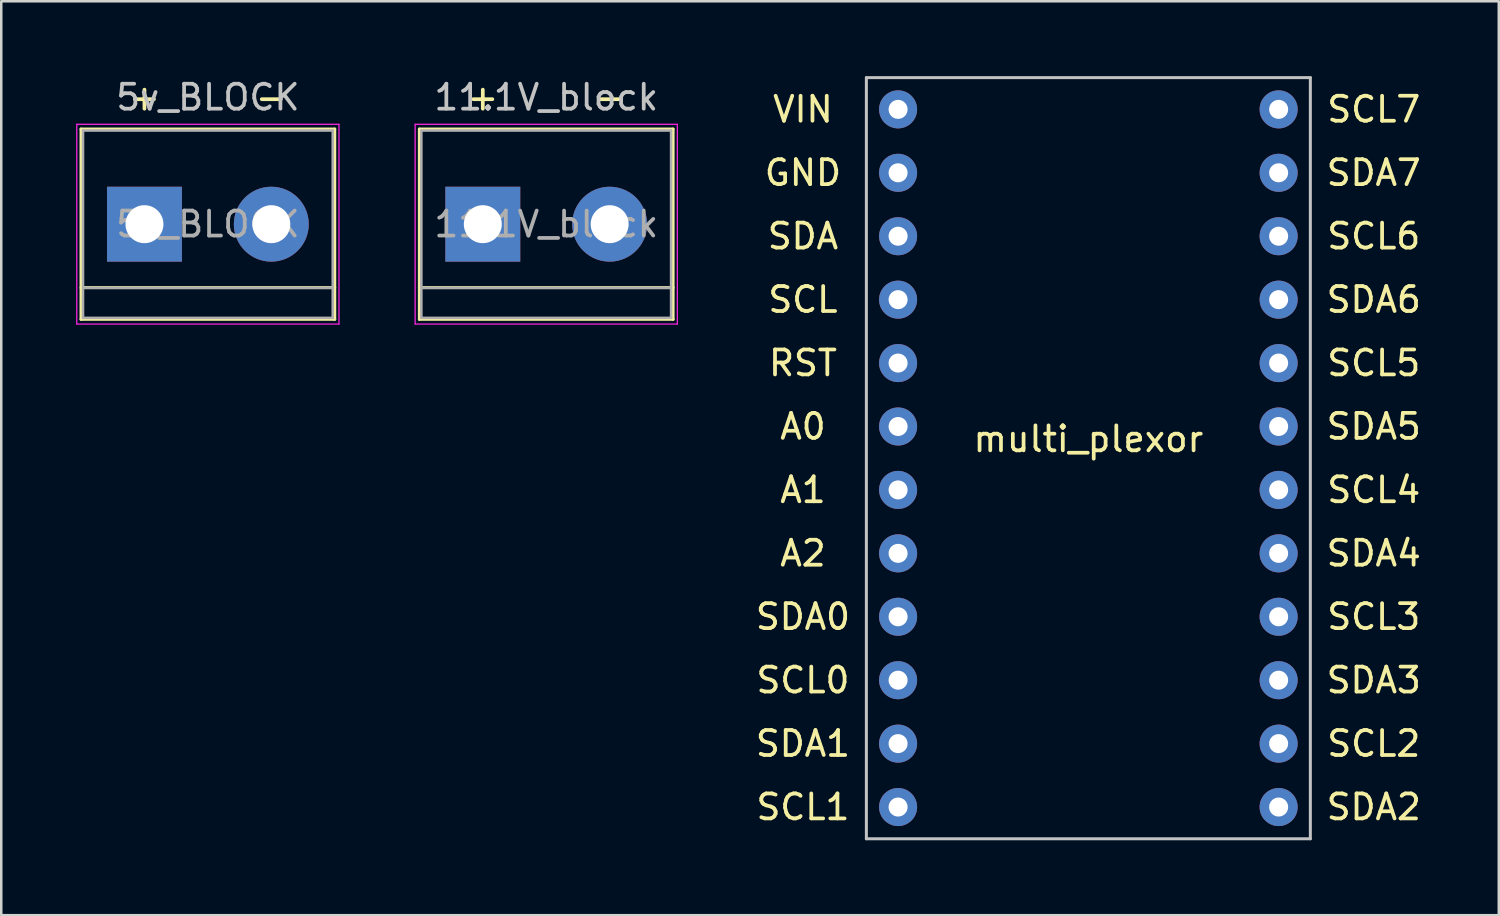
<source format=kicad_pcb>
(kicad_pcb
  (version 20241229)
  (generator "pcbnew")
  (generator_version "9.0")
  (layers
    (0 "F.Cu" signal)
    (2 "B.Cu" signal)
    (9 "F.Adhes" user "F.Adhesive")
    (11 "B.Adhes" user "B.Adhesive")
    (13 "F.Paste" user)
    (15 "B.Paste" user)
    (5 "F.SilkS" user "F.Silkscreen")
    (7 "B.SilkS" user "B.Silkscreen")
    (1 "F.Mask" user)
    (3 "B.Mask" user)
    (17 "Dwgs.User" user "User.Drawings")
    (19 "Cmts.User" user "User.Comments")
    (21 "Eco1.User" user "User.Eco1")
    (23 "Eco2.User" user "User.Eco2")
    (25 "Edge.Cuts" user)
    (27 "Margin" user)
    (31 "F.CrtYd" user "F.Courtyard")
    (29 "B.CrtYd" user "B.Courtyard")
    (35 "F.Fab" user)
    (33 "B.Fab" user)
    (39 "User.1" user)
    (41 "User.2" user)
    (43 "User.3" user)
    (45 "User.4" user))
  (footprint "multi_plexor"
    (layer "F.Cu")
    (at 40.536 14.03)
    (property "Reference" "multi_plexor" (at 0 0.5 0) (layer "F.SilkS") (effects (font (size 1 1) (thickness 0.15))))
    (attr through_hole)
    (fp_line (start -8.89 -13.97) (end 8.89 -13.97) (stroke (width 0.12) (type solid)) (layer "Dwgs.User"))
    (fp_line (start -8.89 16.51) (end -8.89 -13.97) (stroke (width 0.12) (type solid)) (layer "Dwgs.User"))
    (fp_line (start 8.89 -13.97) (end 8.89 16.51) (stroke (width 0.12) (type solid)) (layer "Dwgs.User"))
    (fp_line (start 8.89 16.51) (end -8.89 16.51) (stroke (width 0.12) (type solid)) (layer "Dwgs.User"))
    (fp_text user "SDA6" (at 11.43 -5.08 0) (layer "F.SilkS") (effects (font (size 1 1) (thickness 0.15))))
    (fp_text user "VIN" (at -11.43 -12.7 0) (layer "F.SilkS") (effects (font (size 1 1) (thickness 0.15))))
    (fp_text user "GND" (at -11.43 -10.16 0) (layer "F.SilkS") (effects (font (size 1 1) (thickness 0.15))))
    (fp_text user "SDA7" (at 11.43 -10.16 0) (layer "F.SilkS") (effects (font (size 1 1) (thickness 0.15))))
    (fp_text user "SCL0" (at -11.43 10.16 0) (layer "F.SilkS") (effects (font (size 1 1) (thickness 0.15))))
    (fp_text user "SDA2" (at 11.43 15.24 0) (layer "F.SilkS") (effects (font (size 1 1) (thickness 0.15))))
    (fp_text user "SCL1" (at -11.43 15.24 0) (layer "F.SilkS") (effects (font (size 1 1) (thickness 0.15))))
    (fp_text user "A2" (at -11.43 5.08 0) (layer "F.SilkS") (effects (font (size 1 1) (thickness 0.15))))
    (fp_text user "SCL6" (at 11.43 -7.62 0) (layer "F.SilkS") (effects (font (size 1 1) (thickness 0.15))))
    (fp_text user "SDA" (at -11.43 -7.62 0) (layer "F.SilkS") (effects (font (size 1 1) (thickness 0.15))))
    (fp_text user "SDA5" (at 11.43 0 0) (layer "F.SilkS") (effects (font (size 1 1) (thickness 0.15))))
    (fp_text user "SDA4" (at 11.43 5.08 0) (layer "F.SilkS") (effects (font (size 1 1) (thickness 0.15))))
    (fp_text user "SCL3" (at 11.43 7.62 0) (layer "F.SilkS") (effects (font (size 1 1) (thickness 0.15))))
    (fp_text user "SDA3" (at 11.43 10.16 0) (layer "F.SilkS") (effects (font (size 1 1) (thickness 0.15))))
    (fp_text user "A0" (at -11.43 0 0) (layer "F.SilkS") (effects (font (size 1 1) (thickness 0.15))))
    (fp_text user "SDA1" (at -11.43 12.7 0) (layer "F.SilkS") (effects (font (size 1 1) (thickness 0.15))))
    (fp_text user "SCL7" (at 11.43 -12.7 0) (layer "F.SilkS") (effects (font (size 1 1) (thickness 0.15))))
    (fp_text user "SCL4" (at 11.43 2.54 0) (layer "F.SilkS") (effects (font (size 1 1) (thickness 0.15))))
    (fp_text user "SCL" (at -11.43 -5.08 0) (layer "F.SilkS") (effects (font (size 1 1) (thickness 0.15))))
    (fp_text user "A1" (at -11.43 2.54 0) (layer "F.SilkS") (effects (font (size 1 1) (thickness 0.15))))
    (fp_text user "SDA0" (at -11.43 7.62 0) (layer "F.SilkS") (effects (font (size 1 1) (thickness 0.15))))
    (fp_text user "SCL2" (at 11.43 12.7 0) (layer "F.SilkS") (effects (font (size 1 1) (thickness 0.15))))
    (fp_text user "RST" (at -11.43 -2.54 0) (layer "F.SilkS") (effects (font (size 1 1) (thickness 0.15))))
    (fp_text user "SCL5" (at 11.43 -2.54 0) (layer "F.SilkS") (effects (font (size 1 1) (thickness 0.15))))
    (pad "1" thru_hole circle (at -7.62 0) (size 1.524 1.524) (drill 0.762) (layers "*.Cu" "*.Mask"))
    (pad "2" thru_hole circle (at -7.62 2.54) (size 1.524 1.524) (drill 0.762) (layers "*.Cu" "*.Mask"))
    (pad "3" thru_hole circle (at -7.62 -2.54) (size 1.524 1.524) (drill 0.762) (layers "*.Cu" "*.Mask"))
    (pad "4" thru_hole circle (at -7.62 7.62) (size 1.524 1.524) (drill 0.762) (layers "*.Cu" "*.Mask"))
    (pad "5" thru_hole circle (at -7.62 10.16) (size 1.524 1.524) (drill 0.762) (layers "*.Cu" "*.Mask"))
    (pad "6" thru_hole circle (at -7.62 12.7) (size 1.524 1.524) (drill 0.762) (layers "*.Cu" "*.Mask"))
    (pad "7" thru_hole circle (at -7.62 15.24) (size 1.524 1.524) (drill 0.762) (layers "*.Cu" "*.Mask"))
    (pad "8" thru_hole circle (at 7.62 15.24) (size 1.524 1.524) (drill 0.762) (layers "*.Cu" "*.Mask"))
    (pad "9" thru_hole circle (at 7.62 12.7) (size 1.524 1.524) (drill 0.762) (layers "*.Cu" "*.Mask"))
    (pad "10" thru_hole circle (at 7.62 10.16) (size 1.524 1.524) (drill 0.762) (layers "*.Cu" "*.Mask"))
    (pad "11" thru_hole circle (at 7.62 7.62) (size 1.524 1.524) (drill 0.762) (layers "*.Cu" "*.Mask"))
    (pad "12" thru_hole circle (at -7.62 -10.16) (size 1.524 1.524) (drill 0.762) (layers "*.Cu" "*.Mask"))
    (pad "13" thru_hole circle (at 7.62 5.08) (size 1.524 1.524) (drill 0.762) (layers "*.Cu" "*.Mask"))
    (pad "14" thru_hole circle (at 7.62 2.54) (size 1.524 1.524) (drill 0.762) (layers "*.Cu" "*.Mask"))
    (pad "15" thru_hole circle (at 7.62 0) (size 1.524 1.524) (drill 0.762) (layers "*.Cu" "*.Mask"))
    (pad "16" thru_hole circle (at 7.62 -2.54) (size 1.524 1.524) (drill 0.762) (layers "*.Cu" "*.Mask"))
    (pad "17" thru_hole circle (at 7.62 -5.08) (size 1.524 1.524) (drill 0.762) (layers "*.Cu" "*.Mask"))
    (pad "18" thru_hole circle (at 7.62 -7.62) (size 1.524 1.524) (drill 0.762) (layers "*.Cu" "*.Mask"))
    (pad "19" thru_hole circle (at 7.62 -10.16) (size 1.524 1.524) (drill 0.762) (layers "*.Cu" "*.Mask"))
    (pad "20" thru_hole circle (at 7.62 -12.7) (size 1.524 1.524) (drill 0.762) (layers "*.Cu" "*.Mask"))
    (pad "21" thru_hole circle (at -7.62 5.08) (size 1.524 1.524) (drill 0.762) (layers "*.Cu" "*.Mask"))
    (pad "22" thru_hole circle (at -7.62 -5.08) (size 1.524 1.524) (drill 0.762) (layers "*.Cu" "*.Mask"))
    (pad "23" thru_hole circle (at -7.62 -7.62) (size 1.524 1.524) (drill 0.762) (layers "*.Cu" "*.Mask"))
    (pad "24" thru_hole circle (at -7.62 -12.7) (size 1.524 1.524) (drill 0.762) (layers "*.Cu" "*.Mask")))
  (footprint "5v_BLOCK"
    (layer "F.Cu")
    (at 2.735 5.928)
    (property "Reference" "5v_BLOCK" (at 2.54 -5.08 180) (layer "Dwgs.User") (effects (font (size 1 1) (thickness 0.15))))
    (attr through_hole)
    (fp_line (start -2.54 -3.81) (end -2.54 3.81) (stroke (width 0.12) (type solid)) (layer "F.SilkS"))
    (fp_line (start -2.54 3.81) (end 7.62 3.81) (stroke (width 0.12) (type solid)) (layer "F.SilkS"))
    (fp_line (start 7.62 -3.81) (end -2.54 -3.81) (stroke (width 0.12) (type solid)) (layer "F.SilkS"))
    (fp_line (start 7.62 2.54) (end -2.54 2.54) (stroke (width 0.12) (type solid)) (layer "F.SilkS"))
    (fp_line (start 7.62 3.81) (end 7.62 -3.81) (stroke (width 0.12) (type solid)) (layer "F.SilkS"))
    (fp_line (start -2.71 -4) (end -2.71 4) (stroke (width 0.05) (type solid)) (layer "F.CrtYd"))
    (fp_line (start -2.71 -4) (end 7.79 -4) (stroke (width 0.05) (type solid)) (layer "F.CrtYd"))
    (fp_line (start 7.79 4) (end -2.71 4) (stroke (width 0.05) (type solid)) (layer "F.CrtYd"))
    (fp_line (start 7.79 4) (end 7.79 -4) (stroke (width 0.05) (type solid)) (layer "F.CrtYd"))
    (fp_line (start -2.46 -3.75) (end -2.46 3.75) (stroke (width 0.1) (type solid)) (layer "F.Fab"))
    (fp_line (start -2.46 3.75) (end 7.54 3.75) (stroke (width 0.1) (type solid)) (layer "F.Fab"))
    (fp_line (start -2.41 2.55) (end 7.49 2.55) (stroke (width 0.1) (type solid)) (layer "F.Fab"))
    (fp_line (start 7.54 -3.75) (end -2.46 -3.75) (stroke (width 0.1) (type solid)) (layer "F.Fab"))
    (fp_line (start 7.54 3.75) (end 7.54 -3.75) (stroke (width 0.1) (type solid)) (layer "F.Fab"))
    (fp_text user "+" (at 0 -5.08 0) (layer "F.SilkS") (effects (font (size 1 1) (thickness 0.15))))
    (fp_text user "-" (at 5.08 -5.08 0) (layer "F.SilkS") (effects (font (size 1 1) (thickness 0.15))))
    (fp_text user "${REFERENCE}" (at 2.54 0 180) (layer "F.Fab") (effects (font (size 1 1) (thickness 0.15))))
    (pad "1" thru_hole rect (at 0 0) (size 3 3) (drill 1.52) (layers "*.Cu" "*.Mask"))
    (pad "2" thru_hole circle (at 5.08 0) (size 3 3) (drill 1.52) (layers "*.Cu" "*.Mask")))
  (footprint "11.1V_block"
    (layer "F.Cu")
    (at 16.285 5.928)
    (property "Reference" "11.1V_block" (at 2.54 -5.08 180) (layer "Dwgs.User") (effects (font (size 1 1) (thickness 0.15))))
    (attr through_hole)
    (fp_line (start -2.54 -3.81) (end -2.54 3.81) (stroke (width 0.12) (type solid)) (layer "F.SilkS"))
    (fp_line (start -2.54 3.81) (end 7.62 3.81) (stroke (width 0.12) (type solid)) (layer "F.SilkS"))
    (fp_line (start 7.62 -3.81) (end -2.54 -3.81) (stroke (width 0.12) (type solid)) (layer "F.SilkS"))
    (fp_line (start 7.62 2.54) (end -2.54 2.54) (stroke (width 0.12) (type solid)) (layer "F.SilkS"))
    (fp_line (start 7.62 3.81) (end 7.62 -3.81) (stroke (width 0.12) (type solid)) (layer "F.SilkS"))
    (fp_line (start -2.71 -4) (end -2.71 4) (stroke (width 0.05) (type solid)) (layer "F.CrtYd"))
    (fp_line (start -2.71 -4) (end 7.79 -4) (stroke (width 0.05) (type solid)) (layer "F.CrtYd"))
    (fp_line (start 7.79 4) (end -2.71 4) (stroke (width 0.05) (type solid)) (layer "F.CrtYd"))
    (fp_line (start 7.79 4) (end 7.79 -4) (stroke (width 0.05) (type solid)) (layer "F.CrtYd"))
    (fp_line (start -2.46 -3.75) (end -2.46 3.75) (stroke (width 0.1) (type solid)) (layer "F.Fab"))
    (fp_line (start -2.46 3.75) (end 7.54 3.75) (stroke (width 0.1) (type solid)) (layer "F.Fab"))
    (fp_line (start -2.41 2.55) (end 7.49 2.55) (stroke (width 0.1) (type solid)) (layer "F.Fab"))
    (fp_line (start 7.54 -3.75) (end -2.46 -3.75) (stroke (width 0.1) (type solid)) (layer "F.Fab"))
    (fp_line (start 7.54 3.75) (end 7.54 -3.75) (stroke (width 0.1) (type solid)) (layer "F.Fab"))
    (fp_text user "-" (at 5.08 -5.08 0) (layer "F.SilkS") (effects (font (size 1 1) (thickness 0.15))))
    (fp_text user "+" (at 0 -5.08 0) (layer "F.SilkS") (effects (font (size 1 1) (thickness 0.15))))
    (fp_text user "${REFERENCE}" (at 2.54 0 180) (layer "F.Fab") (effects (font (size 1 1) (thickness 0.15))))
    (pad "1" thru_hole rect (at 0 0) (size 3 3) (drill 1.52) (layers "*.Cu" "*.Mask"))
    (pad "2" thru_hole circle (at 5.08 0) (size 3 3) (drill 1.52) (layers "*.Cu" "*.Mask")))
  (gr_rect
    (start -3 -3)
    (end 56.972 33.6)
    (stroke (width 0.1) (type default))
    (fill no)
    (layer "Edge.Cuts")))
</source>
